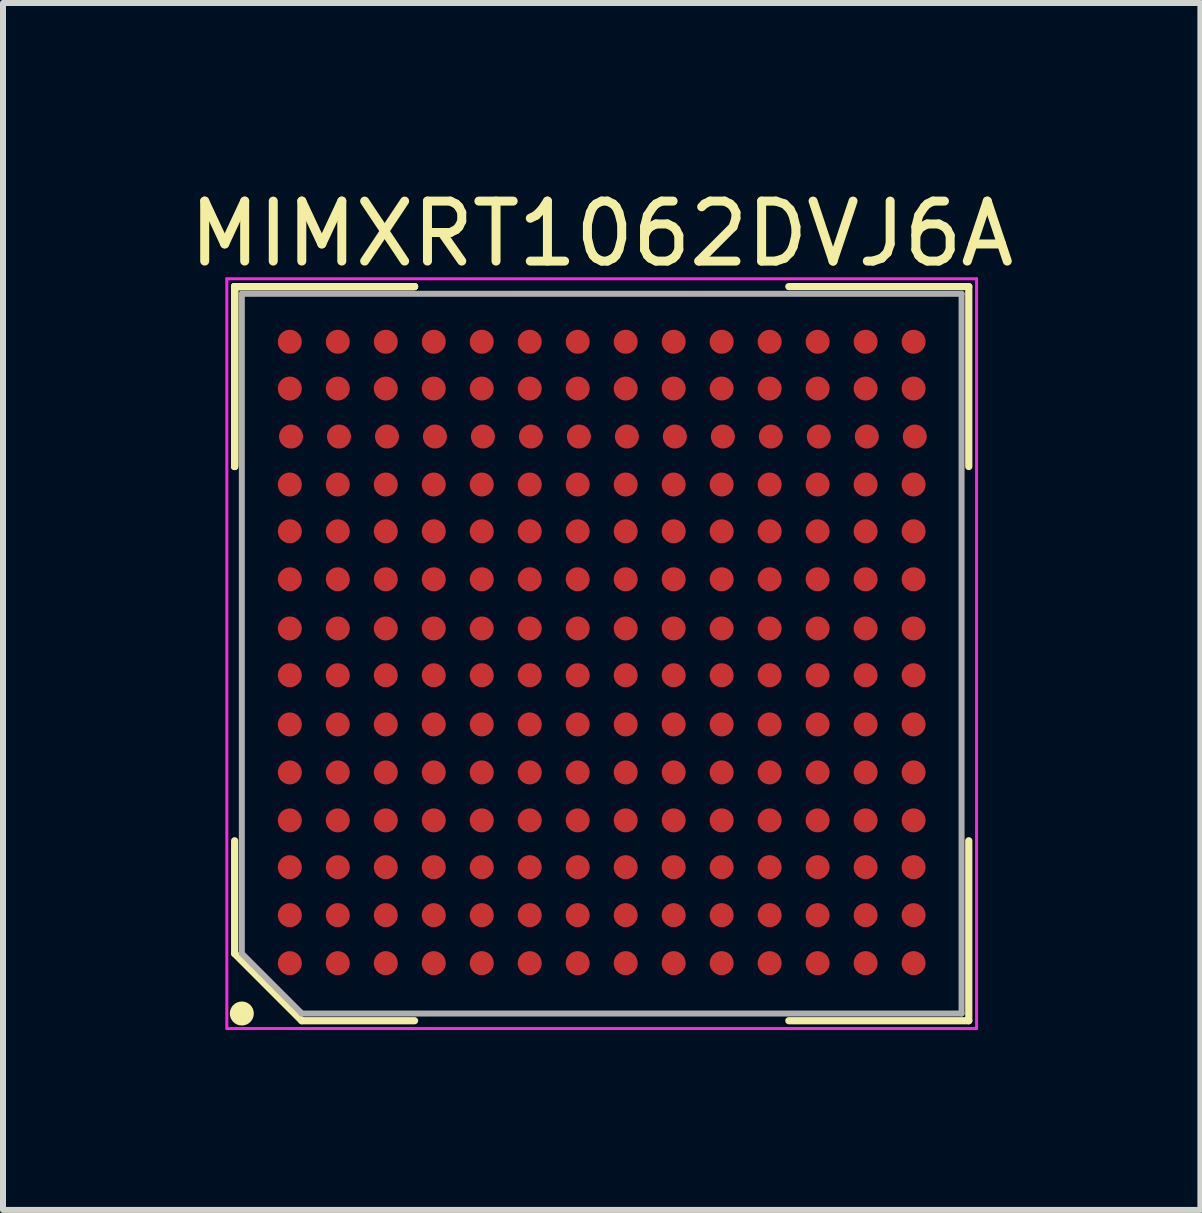
<source format=kicad_pcb>
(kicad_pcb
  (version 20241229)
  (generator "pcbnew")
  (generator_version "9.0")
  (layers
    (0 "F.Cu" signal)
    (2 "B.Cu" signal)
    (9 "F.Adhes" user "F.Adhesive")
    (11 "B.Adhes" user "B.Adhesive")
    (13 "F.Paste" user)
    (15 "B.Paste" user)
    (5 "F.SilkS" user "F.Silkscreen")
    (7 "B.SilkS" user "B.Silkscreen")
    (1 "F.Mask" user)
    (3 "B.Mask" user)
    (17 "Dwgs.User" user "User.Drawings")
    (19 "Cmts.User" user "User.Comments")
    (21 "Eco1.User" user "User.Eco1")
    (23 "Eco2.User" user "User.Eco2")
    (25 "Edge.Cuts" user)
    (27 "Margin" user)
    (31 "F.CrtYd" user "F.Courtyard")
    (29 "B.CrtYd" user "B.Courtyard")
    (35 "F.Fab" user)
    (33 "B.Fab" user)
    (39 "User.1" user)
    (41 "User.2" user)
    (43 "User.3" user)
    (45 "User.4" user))
  (footprint "MIMXRT1062DVJ6A"
    (layer "F.Cu")
    (at 6.982 7.848)
    (property "Reference" "MIMXRT1062DVJ6A" (at 0 -7 0) (layer "F.SilkS") (effects (font (size 1 1) (thickness 0.15))))
    (attr smd)
    (fp_line (start -6.12 -6.12) (end -3.12 -6.12) (stroke (width 0.12) (type solid)) (layer "F.SilkS"))
    (fp_line (start -6.12 -6.12) (end -3.12 -6.12) (stroke (width 0.12) (type solid)) (layer "F.SilkS"))
    (fp_line (start -6.12 -6.12) (end -3.12 -6.12) (stroke (width 0.12) (type solid)) (layer "F.SilkS"))
    (fp_line (start -6.12 -3.12) (end -6.12 -6.12) (stroke (width 0.12) (type solid)) (layer "F.SilkS"))
    (fp_line (start -6.12 -3.12) (end -6.12 -6.12) (stroke (width 0.12) (type solid)) (layer "F.SilkS"))
    (fp_line (start -6.12 -3.12) (end -6.12 -6.12) (stroke (width 0.12) (type solid)) (layer "F.SilkS"))
    (fp_line (start -6.12 3.12) (end -6.12 5) (stroke (width 0.12) (type solid)) (layer "F.SilkS"))
    (fp_line (start -6.12 5) (end -5 6.12) (stroke (width 0.12) (type solid)) (layer "F.SilkS"))
    (fp_line (start -5 6.12) (end -3.12 6.12) (stroke (width 0.12) (type solid)) (layer "F.SilkS"))
    (fp_line (start 6.12 -6.12) (end 3.12 -6.12) (stroke (width 0.12) (type solid)) (layer "F.SilkS"))
    (fp_line (start 6.12 -3.12) (end 6.12 -6.12) (stroke (width 0.12) (type solid)) (layer "F.SilkS"))
    (fp_line (start 6.12 3.12) (end 6.12 6.12) (stroke (width 0.12) (type solid)) (layer "F.SilkS"))
    (fp_line (start 6.12 6.12) (end 3.12 6.12) (stroke (width 0.12) (type solid)) (layer "F.SilkS"))
    (fp_circle (center -6 6) (end -5.9 6) (stroke (width 0.2) (type solid)) (fill no) (layer "F.SilkS"))
    (fp_line (start -6.25 -6.25) (end 6.25 -6.25) (stroke (width 0.05) (type solid)) (layer "F.CrtYd"))
    (fp_line (start -6.25 6.25) (end -6.25 -6.25) (stroke (width 0.05) (type solid)) (layer "F.CrtYd"))
    (fp_line (start 6.25 -6.25) (end 6.25 6.25) (stroke (width 0.05) (type solid)) (layer "F.CrtYd"))
    (fp_line (start 6.25 6.25) (end -6.25 6.25) (stroke (width 0.05) (type solid)) (layer "F.CrtYd"))
    (fp_line (start -6 -6) (end -6 5) (stroke (width 0.1) (type solid)) (layer "F.Fab"))
    (fp_line (start -6 5) (end -5 6) (stroke (width 0.1) (type solid)) (layer "F.Fab"))
    (fp_line (start -5 6) (end 6 6) (stroke (width 0.1) (type solid)) (layer "F.Fab"))
    (fp_line (start 6 -6) (end -6 -6) (stroke (width 0.1) (type solid)) (layer "F.Fab"))
    (fp_line (start 6 6) (end 6 -6) (stroke (width 0.1) (type solid)) (layer "F.Fab"))
    (pad "A1" smd circle (at -5.2 5.16) (size 0.4 0.4) (layers "F.Cu" "F.Mask" "F.Paste"))
    (pad "A2" smd circle (at -4.4 5.16) (size 0.4 0.4) (layers "F.Cu" "F.Mask" "F.Paste"))
    (pad "A3" smd circle (at -3.6 5.16) (size 0.4 0.4) (layers "F.Cu" "F.Mask" "F.Paste"))
    (pad "A4" smd circle (at -2.8 5.16) (size 0.4 0.4) (layers "F.Cu" "F.Mask" "F.Paste"))
    (pad "A5" smd circle (at -2 5.16) (size 0.4 0.4) (layers "F.Cu" "F.Mask" "F.Paste"))
    (pad "A6" smd circle (at -1.2 5.16) (size 0.4 0.4) (layers "F.Cu" "F.Mask" "F.Paste"))
    (pad "A7" smd circle (at -0.4 5.16) (size 0.4 0.4) (layers "F.Cu" "F.Mask" "F.Paste"))
    (pad "A8" smd circle (at 0.4 5.16) (size 0.4 0.4) (layers "F.Cu" "F.Mask" "F.Paste"))
    (pad "A9" smd circle (at 1.2 5.16) (size 0.4 0.4) (layers "F.Cu" "F.Mask" "F.Paste"))
    (pad "A10" smd circle (at 2 5.16) (size 0.4 0.4) (layers "F.Cu" "F.Mask" "F.Paste"))
    (pad "A11" smd circle (at 2.8 5.16) (size 0.4 0.4) (layers "F.Cu" "F.Mask" "F.Paste"))
    (pad "A12" smd circle (at 3.6 5.16) (size 0.4 0.4) (layers "F.Cu" "F.Mask" "F.Paste"))
    (pad "A13" smd circle (at 4.4 5.16) (size 0.4 0.4) (layers "F.Cu" "F.Mask" "F.Paste"))
    (pad "A14" smd circle (at 5.2 5.16) (size 0.4 0.4) (layers "F.Cu" "F.Mask" "F.Paste"))
    (pad "B1" smd circle (at -5.2 4.36) (size 0.4 0.4) (layers "F.Cu" "F.Mask" "F.Paste"))
    (pad "B2" smd circle (at -4.4 4.36) (size 0.4 0.4) (layers "F.Cu" "F.Mask" "F.Paste"))
    (pad "B3" smd circle (at -3.6 4.36) (size 0.4 0.4) (layers "F.Cu" "F.Mask" "F.Paste"))
    (pad "B4" smd circle (at -2.8 4.36) (size 0.4 0.4) (layers "F.Cu" "F.Mask" "F.Paste"))
    (pad "B5" smd circle (at -2 4.36) (size 0.4 0.4) (layers "F.Cu" "F.Mask" "F.Paste"))
    (pad "B6" smd circle (at -1.2 4.36) (size 0.4 0.4) (layers "F.Cu" "F.Mask" "F.Paste"))
    (pad "B7" smd circle (at -0.4 4.36) (size 0.4 0.4) (layers "F.Cu" "F.Mask" "F.Paste"))
    (pad "B8" smd circle (at 0.4 4.36) (size 0.4 0.4) (layers "F.Cu" "F.Mask" "F.Paste"))
    (pad "B9" smd circle (at 1.2 4.36) (size 0.4 0.4) (layers "F.Cu" "F.Mask" "F.Paste"))
    (pad "B10" smd circle (at 2 4.36) (size 0.4 0.4) (layers "F.Cu" "F.Mask" "F.Paste"))
    (pad "B11" smd circle (at 2.8 4.36) (size 0.4 0.4) (layers "F.Cu" "F.Mask" "F.Paste"))
    (pad "B12" smd circle (at 3.6 4.36) (size 0.4 0.4) (layers "F.Cu" "F.Mask" "F.Paste"))
    (pad "B13" smd circle (at 4.4 4.36) (size 0.4 0.4) (layers "F.Cu" "F.Mask" "F.Paste"))
    (pad "B14" smd circle (at 5.2 4.36) (size 0.4 0.4) (layers "F.Cu" "F.Mask" "F.Paste"))
    (pad "C1" smd circle (at -5.2 3.56) (size 0.4 0.4) (layers "F.Cu" "F.Mask" "F.Paste"))
    (pad "C2" smd circle (at -4.4 3.56) (size 0.4 0.4) (layers "F.Cu" "F.Mask" "F.Paste"))
    (pad "C3" smd circle (at -3.6 3.56) (size 0.4 0.4) (layers "F.Cu" "F.Mask" "F.Paste"))
    (pad "C4" smd circle (at -2.8 3.56) (size 0.4 0.4) (layers "F.Cu" "F.Mask" "F.Paste"))
    (pad "C5" smd circle (at -2 3.56) (size 0.4 0.4) (layers "F.Cu" "F.Mask" "F.Paste"))
    (pad "C6" smd circle (at -1.2 3.56) (size 0.4 0.4) (layers "F.Cu" "F.Mask" "F.Paste"))
    (pad "C7" smd circle (at -0.4 3.56) (size 0.4 0.4) (layers "F.Cu" "F.Mask" "F.Paste"))
    (pad "C8" smd circle (at 0.4 3.56) (size 0.4 0.4) (layers "F.Cu" "F.Mask" "F.Paste"))
    (pad "C9" smd circle (at 1.2 3.56) (size 0.4 0.4) (layers "F.Cu" "F.Mask" "F.Paste"))
    (pad "C10" smd circle (at 2 3.56) (size 0.4 0.4) (layers "F.Cu" "F.Mask" "F.Paste"))
    (pad "C11" smd circle (at 2.8 3.56) (size 0.4 0.4) (layers "F.Cu" "F.Mask" "F.Paste"))
    (pad "C12" smd circle (at 3.6 3.56) (size 0.4 0.4) (layers "F.Cu" "F.Mask" "F.Paste"))
    (pad "C13" smd circle (at 4.4 3.56) (size 0.4 0.4) (layers "F.Cu" "F.Mask" "F.Paste"))
    (pad "C14" smd circle (at 5.2 3.56) (size 0.4 0.4) (layers "F.Cu" "F.Mask" "F.Paste"))
    (pad "D1" smd circle (at -5.2 2.78) (size 0.4 0.4) (layers "F.Cu" "F.Mask" "F.Paste"))
    (pad "D2" smd circle (at -4.4 2.78) (size 0.4 0.4) (layers "F.Cu" "F.Mask" "F.Paste"))
    (pad "D3" smd circle (at -3.6 2.78) (size 0.4 0.4) (layers "F.Cu" "F.Mask" "F.Paste"))
    (pad "D4" smd circle (at -2.8 2.78) (size 0.4 0.4) (layers "F.Cu" "F.Mask" "F.Paste"))
    (pad "D5" smd circle (at -2 2.78) (size 0.4 0.4) (layers "F.Cu" "F.Mask" "F.Paste"))
    (pad "D6" smd circle (at -1.2 2.78) (size 0.4 0.4) (layers "F.Cu" "F.Mask" "F.Paste"))
    (pad "D7" smd circle (at -0.4 2.78) (size 0.4 0.4) (layers "F.Cu" "F.Mask" "F.Paste"))
    (pad "D8" smd circle (at 0.4 2.78) (size 0.4 0.4) (layers "F.Cu" "F.Mask" "F.Paste"))
    (pad "D9" smd circle (at 1.2 2.78) (size 0.4 0.4) (layers "F.Cu" "F.Mask" "F.Paste"))
    (pad "D10" smd circle (at 2 2.78) (size 0.4 0.4) (layers "F.Cu" "F.Mask" "F.Paste"))
    (pad "D11" smd circle (at 2.8 2.78) (size 0.4 0.4) (layers "F.Cu" "F.Mask" "F.Paste"))
    (pad "D12" smd circle (at 3.6 2.78) (size 0.4 0.4) (layers "F.Cu" "F.Mask" "F.Paste"))
    (pad "D13" smd circle (at 4.4 2.78) (size 0.4 0.4) (layers "F.Cu" "F.Mask" "F.Paste"))
    (pad "D14" smd circle (at 5.2 2.78) (size 0.4 0.4) (layers "F.Cu" "F.Mask" "F.Paste"))
    (pad "E1" smd circle (at -5.2 1.98) (size 0.4 0.4) (layers "F.Cu" "F.Mask" "F.Paste"))
    (pad "E2" smd circle (at -4.4 1.98) (size 0.4 0.4) (layers "F.Cu" "F.Mask" "F.Paste"))
    (pad "E3" smd circle (at -3.6 1.98) (size 0.4 0.4) (layers "F.Cu" "F.Mask" "F.Paste"))
    (pad "E4" smd circle (at -2.8 1.98) (size 0.4 0.4) (layers "F.Cu" "F.Mask" "F.Paste"))
    (pad "E5" smd circle (at -2 1.98) (size 0.4 0.4) (layers "F.Cu" "F.Mask" "F.Paste"))
    (pad "E6" smd circle (at -1.2 1.98) (size 0.4 0.4) (layers "F.Cu" "F.Mask" "F.Paste"))
    (pad "E7" smd circle (at -0.4 1.98) (size 0.4 0.4) (layers "F.Cu" "F.Mask" "F.Paste"))
    (pad "E8" smd circle (at 0.4 1.98) (size 0.4 0.4) (layers "F.Cu" "F.Mask" "F.Paste"))
    (pad "E9" smd circle (at 1.2 1.98) (size 0.4 0.4) (layers "F.Cu" "F.Mask" "F.Paste"))
    (pad "E10" smd circle (at 2 1.98) (size 0.4 0.4) (layers "F.Cu" "F.Mask" "F.Paste"))
    (pad "E11" smd circle (at 2.8 1.98) (size 0.4 0.4) (layers "F.Cu" "F.Mask" "F.Paste"))
    (pad "E12" smd circle (at 3.6 1.98) (size 0.4 0.4) (layers "F.Cu" "F.Mask" "F.Paste"))
    (pad "E13" smd circle (at 4.4 1.98) (size 0.4 0.4) (layers "F.Cu" "F.Mask" "F.Paste"))
    (pad "E14" smd circle (at 5.2 1.98) (size 0.4 0.4) (layers "F.Cu" "F.Mask" "F.Paste"))
    (pad "F1" smd circle (at -5.2 1.18) (size 0.4 0.4) (layers "F.Cu" "F.Mask" "F.Paste"))
    (pad "F2" smd circle (at -4.4 1.18) (size 0.4 0.4) (layers "F.Cu" "F.Mask" "F.Paste"))
    (pad "F3" smd circle (at -3.6 1.18) (size 0.4 0.4) (layers "F.Cu" "F.Mask" "F.Paste"))
    (pad "F4" smd circle (at -2.8 1.18) (size 0.4 0.4) (layers "F.Cu" "F.Mask" "F.Paste"))
    (pad "F5" smd circle (at -2 1.18) (size 0.4 0.4) (layers "F.Cu" "F.Mask" "F.Paste"))
    (pad "F6" smd circle (at -1.2 1.18) (size 0.4 0.4) (layers "F.Cu" "F.Mask" "F.Paste"))
    (pad "F7" smd circle (at -0.4 1.18) (size 0.4 0.4) (layers "F.Cu" "F.Mask" "F.Paste"))
    (pad "F8" smd circle (at 0.4 1.18) (size 0.4 0.4) (layers "F.Cu" "F.Mask" "F.Paste"))
    (pad "F9" smd circle (at 1.2 1.18) (size 0.4 0.4) (layers "F.Cu" "F.Mask" "F.Paste"))
    (pad "F10" smd circle (at 2 1.18) (size 0.4 0.4) (layers "F.Cu" "F.Mask" "F.Paste"))
    (pad "F11" smd circle (at 2.8 1.18) (size 0.4 0.4) (layers "F.Cu" "F.Mask" "F.Paste"))
    (pad "F12" smd circle (at 3.6 1.18) (size 0.4 0.4) (layers "F.Cu" "F.Mask" "F.Paste"))
    (pad "F13" smd circle (at 4.4 1.18) (size 0.4 0.4) (layers "F.Cu" "F.Mask" "F.Paste"))
    (pad "F14" smd circle (at 5.2 1.18) (size 0.4 0.4) (layers "F.Cu" "F.Mask" "F.Paste"))
    (pad "G1" smd circle (at -5.2 0.36) (size 0.4 0.4) (layers "F.Cu" "F.Mask" "F.Paste"))
    (pad "G2" smd circle (at -4.4 0.36) (size 0.4 0.4) (layers "F.Cu" "F.Mask" "F.Paste"))
    (pad "G3" smd circle (at -3.6 0.36) (size 0.4 0.4) (layers "F.Cu" "F.Mask" "F.Paste"))
    (pad "G4" smd circle (at -2.8 0.36) (size 0.4 0.4) (layers "F.Cu" "F.Mask" "F.Paste"))
    (pad "G5" smd circle (at -2 0.36) (size 0.4 0.4) (layers "F.Cu" "F.Mask" "F.Paste"))
    (pad "G6" smd circle (at -1.2 0.36) (size 0.4 0.4) (layers "F.Cu" "F.Mask" "F.Paste"))
    (pad "G7" smd circle (at -0.4 0.36) (size 0.4 0.4) (layers "F.Cu" "F.Mask" "F.Paste"))
    (pad "G8" smd circle (at 0.4 0.36) (size 0.4 0.4) (layers "F.Cu" "F.Mask" "F.Paste"))
    (pad "G9" smd circle (at 1.2 0.36) (size 0.4 0.4) (layers "F.Cu" "F.Mask" "F.Paste"))
    (pad "G10" smd circle (at 2 0.36) (size 0.4 0.4) (layers "F.Cu" "F.Mask" "F.Paste"))
    (pad "G11" smd circle (at 2.8 0.36) (size 0.4 0.4) (layers "F.Cu" "F.Mask" "F.Paste"))
    (pad "G12" smd circle (at 3.6 0.36) (size 0.4 0.4) (layers "F.Cu" "F.Mask" "F.Paste"))
    (pad "G13" smd circle (at 4.4 0.36) (size 0.4 0.4) (layers "F.Cu" "F.Mask" "F.Paste"))
    (pad "G14" smd circle (at 5.2 0.36) (size 0.4 0.4) (layers "F.Cu" "F.Mask" "F.Paste"))
    (pad "H1" smd circle (at -5.2 -0.42) (size 0.4 0.4) (layers "F.Cu" "F.Mask" "F.Paste"))
    (pad "H2" smd circle (at -4.4 -0.42) (size 0.4 0.4) (layers "F.Cu" "F.Mask" "F.Paste"))
    (pad "H3" smd circle (at -3.6 -0.42) (size 0.4 0.4) (layers "F.Cu" "F.Mask" "F.Paste"))
    (pad "H4" smd circle (at -2.8 -0.42) (size 0.4 0.4) (layers "F.Cu" "F.Mask" "F.Paste"))
    (pad "H5" smd circle (at -2 -0.42) (size 0.4 0.4) (layers "F.Cu" "F.Mask" "F.Paste"))
    (pad "H6" smd circle (at -1.2 -0.42) (size 0.4 0.4) (layers "F.Cu" "F.Mask" "F.Paste"))
    (pad "H7" smd circle (at -0.4 -0.42) (size 0.4 0.4) (layers "F.Cu" "F.Mask" "F.Paste"))
    (pad "H8" smd circle (at 0.4 -0.42) (size 0.4 0.4) (layers "F.Cu" "F.Mask" "F.Paste"))
    (pad "H9" smd circle (at 1.2 -0.42) (size 0.4 0.4) (layers "F.Cu" "F.Mask" "F.Paste"))
    (pad "H10" smd circle (at 2 -0.42) (size 0.4 0.4) (layers "F.Cu" "F.Mask" "F.Paste"))
    (pad "H11" smd circle (at 2.8 -0.42) (size 0.4 0.4) (layers "F.Cu" "F.Mask" "F.Paste"))
    (pad "H12" smd circle (at 3.6 -0.42) (size 0.4 0.4) (layers "F.Cu" "F.Mask" "F.Paste"))
    (pad "H13" smd circle (at 4.4 -0.42) (size 0.4 0.4) (layers "F.Cu" "F.Mask" "F.Paste"))
    (pad "H14" smd circle (at 5.2 -0.42) (size 0.4 0.4) (layers "F.Cu" "F.Mask" "F.Paste"))
    (pad "J1" smd circle (at -5.2 -1.24) (size 0.4 0.4) (layers "F.Cu" "F.Mask" "F.Paste"))
    (pad "J2" smd circle (at -4.4 -1.24) (size 0.4 0.4) (layers "F.Cu" "F.Mask" "F.Paste"))
    (pad "J3" smd circle (at -3.6 -1.24) (size 0.4 0.4) (layers "F.Cu" "F.Mask" "F.Paste"))
    (pad "J4" smd circle (at -2.8 -1.24) (size 0.4 0.4) (layers "F.Cu" "F.Mask" "F.Paste"))
    (pad "J5" smd circle (at -2 -1.24) (size 0.4 0.4) (layers "F.Cu" "F.Mask" "F.Paste"))
    (pad "J6" smd circle (at -1.2 -1.24) (size 0.4 0.4) (layers "F.Cu" "F.Mask" "F.Paste"))
    (pad "J7" smd circle (at -0.4 -1.24) (size 0.4 0.4) (layers "F.Cu" "F.Mask" "F.Paste"))
    (pad "J8" smd circle (at 0.4 -1.24) (size 0.4 0.4) (layers "F.Cu" "F.Mask" "F.Paste"))
    (pad "J9" smd circle (at 1.2 -1.24) (size 0.4 0.4) (layers "F.Cu" "F.Mask" "F.Paste"))
    (pad "J10" smd circle (at 2 -1.24) (size 0.4 0.4) (layers "F.Cu" "F.Mask" "F.Paste"))
    (pad "J11" smd circle (at 2.8 -1.24) (size 0.4 0.4) (layers "F.Cu" "F.Mask" "F.Paste"))
    (pad "J12" smd circle (at 3.6 -1.24) (size 0.4 0.4) (layers "F.Cu" "F.Mask" "F.Paste"))
    (pad "J13" smd circle (at 4.4 -1.24) (size 0.4 0.4) (layers "F.Cu" "F.Mask" "F.Paste"))
    (pad "J14" smd circle (at 5.2 -1.24) (size 0.4 0.4) (layers "F.Cu" "F.Mask" "F.Paste"))
    (pad "K1" smd circle (at -5.2 -2.04) (size 0.4 0.4) (layers "F.Cu" "F.Mask" "F.Paste"))
    (pad "K2" smd circle (at -4.4 -2.04) (size 0.4 0.4) (layers "F.Cu" "F.Mask" "F.Paste"))
    (pad "K3" smd circle (at -3.6 -2.04) (size 0.4 0.4) (layers "F.Cu" "F.Mask" "F.Paste"))
    (pad "K4" smd circle (at -2.8 -2.04) (size 0.4 0.4) (layers "F.Cu" "F.Mask" "F.Paste"))
    (pad "K5" smd circle (at -2 -2.04) (size 0.4 0.4) (layers "F.Cu" "F.Mask" "F.Paste"))
    (pad "K6" smd circle (at -1.2 -2.04) (size 0.4 0.4) (layers "F.Cu" "F.Mask" "F.Paste"))
    (pad "K7" smd circle (at -0.4 -2.04) (size 0.4 0.4) (layers "F.Cu" "F.Mask" "F.Paste"))
    (pad "K8" smd circle (at 0.4 -2.04) (size 0.4 0.4) (layers "F.Cu" "F.Mask" "F.Paste"))
    (pad "K9" smd circle (at 1.2 -2.04) (size 0.4 0.4) (layers "F.Cu" "F.Mask" "F.Paste"))
    (pad "K10" smd circle (at 2 -2.04) (size 0.4 0.4) (layers "F.Cu" "F.Mask" "F.Paste"))
    (pad "K11" smd circle (at 2.8 -2.04) (size 0.4 0.4) (layers "F.Cu" "F.Mask" "F.Paste"))
    (pad "K12" smd circle (at 3.6 -2.04) (size 0.4 0.4) (layers "F.Cu" "F.Mask" "F.Paste"))
    (pad "K13" smd circle (at 4.4 -2.04) (size 0.4 0.4) (layers "F.Cu" "F.Mask" "F.Paste"))
    (pad "K14" smd circle (at 5.2 -2.04) (size 0.4 0.4) (layers "F.Cu" "F.Mask" "F.Paste"))
    (pad "L1" smd circle (at -5.2 -2.82) (size 0.4 0.4) (layers "F.Cu" "F.Mask" "F.Paste"))
    (pad "L2" smd circle (at -4.4 -2.82) (size 0.4 0.4) (layers "F.Cu" "F.Mask" "F.Paste"))
    (pad "L3" smd circle (at -3.6 -2.82) (size 0.4 0.4) (layers "F.Cu" "F.Mask" "F.Paste"))
    (pad "L4" smd circle (at -2.8 -2.82) (size 0.4 0.4) (layers "F.Cu" "F.Mask" "F.Paste"))
    (pad "L5" smd circle (at -2 -2.82) (size 0.4 0.4) (layers "F.Cu" "F.Mask" "F.Paste"))
    (pad "L6" smd circle (at -1.2 -2.82) (size 0.4 0.4) (layers "F.Cu" "F.Mask" "F.Paste"))
    (pad "L7" smd circle (at -0.4 -2.82) (size 0.4 0.4) (layers "F.Cu" "F.Mask" "F.Paste"))
    (pad "L8" smd circle (at 0.4 -2.82) (size 0.4 0.4) (layers "F.Cu" "F.Mask" "F.Paste"))
    (pad "L9" smd circle (at 1.2 -2.82) (size 0.4 0.4) (layers "F.Cu" "F.Mask" "F.Paste"))
    (pad "L10" smd circle (at 2 -2.82) (size 0.4 0.4) (layers "F.Cu" "F.Mask" "F.Paste"))
    (pad "L11" smd circle (at 2.8 -2.82) (size 0.4 0.4) (layers "F.Cu" "F.Mask" "F.Paste"))
    (pad "L12" smd circle (at 3.6 -2.82) (size 0.4 0.4) (layers "F.Cu" "F.Mask" "F.Paste"))
    (pad "L13" smd circle (at 4.4 -2.82) (size 0.4 0.4) (layers "F.Cu" "F.Mask" "F.Paste"))
    (pad "L14" smd circle (at 5.2 -2.82) (size 0.4 0.4) (layers "F.Cu" "F.Mask" "F.Paste"))
    (pad "M1" smd circle (at -5.18 -3.62) (size 0.4 0.4) (layers "F.Cu" "F.Mask" "F.Paste"))
    (pad "M2" smd circle (at -4.38 -3.62) (size 0.4 0.4) (layers "F.Cu" "F.Mask" "F.Paste"))
    (pad "M3" smd circle (at -3.58 -3.62) (size 0.4 0.4) (layers "F.Cu" "F.Mask" "F.Paste"))
    (pad "M4" smd circle (at -2.78 -3.62) (size 0.4 0.4) (layers "F.Cu" "F.Mask" "F.Paste"))
    (pad "M5" smd circle (at -1.98 -3.62) (size 0.4 0.4) (layers "F.Cu" "F.Mask" "F.Paste"))
    (pad "M6" smd circle (at -1.18 -3.62) (size 0.4 0.4) (layers "F.Cu" "F.Mask" "F.Paste"))
    (pad "M7" smd circle (at -0.38 -3.62) (size 0.4 0.4) (layers "F.Cu" "F.Mask" "F.Paste"))
    (pad "M8" smd circle (at 0.42 -3.62) (size 0.4 0.4) (layers "F.Cu" "F.Mask" "F.Paste"))
    (pad "M9" smd circle (at 1.22 -3.62) (size 0.4 0.4) (layers "F.Cu" "F.Mask" "F.Paste"))
    (pad "M10" smd circle (at 2.02 -3.62) (size 0.4 0.4) (layers "F.Cu" "F.Mask" "F.Paste"))
    (pad "M11" smd circle (at 2.82 -3.62) (size 0.4 0.4) (layers "F.Cu" "F.Mask" "F.Paste"))
    (pad "M12" smd circle (at 3.62 -3.62) (size 0.4 0.4) (layers "F.Cu" "F.Mask" "F.Paste"))
    (pad "M13" smd circle (at 4.42 -3.62) (size 0.4 0.4) (layers "F.Cu" "F.Mask" "F.Paste"))
    (pad "M14" smd circle (at 5.22 -3.62) (size 0.4 0.4) (layers "F.Cu" "F.Mask" "F.Paste"))
    (pad "N1" smd circle (at -5.2 -4.42) (size 0.4 0.4) (layers "F.Cu" "F.Mask" "F.Paste"))
    (pad "N2" smd circle (at -4.4 -4.42) (size 0.4 0.4) (layers "F.Cu" "F.Mask" "F.Paste"))
    (pad "N3" smd circle (at -3.6 -4.42) (size 0.4 0.4) (layers "F.Cu" "F.Mask" "F.Paste"))
    (pad "N4" smd circle (at -2.8 -4.42) (size 0.4 0.4) (layers "F.Cu" "F.Mask" "F.Paste"))
    (pad "N5" smd circle (at -2 -4.42) (size 0.4 0.4) (layers "F.Cu" "F.Mask" "F.Paste"))
    (pad "N6" smd circle (at -1.2 -4.42) (size 0.4 0.4) (layers "F.Cu" "F.Mask" "F.Paste"))
    (pad "N7" smd circle (at -0.4 -4.42) (size 0.4 0.4) (layers "F.Cu" "F.Mask" "F.Paste"))
    (pad "N8" smd circle (at 0.4 -4.42) (size 0.4 0.4) (layers "F.Cu" "F.Mask" "F.Paste"))
    (pad "N9" smd circle (at 1.2 -4.42) (size 0.4 0.4) (layers "F.Cu" "F.Mask" "F.Paste"))
    (pad "N10" smd circle (at 2 -4.42) (size 0.4 0.4) (layers "F.Cu" "F.Mask" "F.Paste"))
    (pad "N11" smd circle (at 2.8 -4.42) (size 0.4 0.4) (layers "F.Cu" "F.Mask" "F.Paste"))
    (pad "N12" smd circle (at 3.6 -4.42) (size 0.4 0.4) (layers "F.Cu" "F.Mask" "F.Paste"))
    (pad "N13" smd circle (at 4.4 -4.42) (size 0.4 0.4) (layers "F.Cu" "F.Mask" "F.Paste"))
    (pad "N14" smd circle (at 5.2 -4.42) (size 0.4 0.4) (layers "F.Cu" "F.Mask" "F.Paste"))
    (pad "P1" smd circle (at -5.2 -5.2) (size 0.4 0.4) (layers "F.Cu" "F.Mask" "F.Paste"))
    (pad "P2" smd circle (at -4.4 -5.2) (size 0.4 0.4) (layers "F.Cu" "F.Mask" "F.Paste"))
    (pad "P3" smd circle (at -3.6 -5.2) (size 0.4 0.4) (layers "F.Cu" "F.Mask" "F.Paste"))
    (pad "P4" smd circle (at -2.8 -5.2) (size 0.4 0.4) (layers "F.Cu" "F.Mask" "F.Paste"))
    (pad "P5" smd circle (at -2 -5.2) (size 0.4 0.4) (layers "F.Cu" "F.Mask" "F.Paste"))
    (pad "P6" smd circle (at -1.2 -5.2) (size 0.4 0.4) (layers "F.Cu" "F.Mask" "F.Paste"))
    (pad "P7" smd circle (at -0.4 -5.2) (size 0.4 0.4) (layers "F.Cu" "F.Mask" "F.Paste"))
    (pad "P8" smd circle (at 0.4 -5.2) (size 0.4 0.4) (layers "F.Cu" "F.Mask" "F.Paste"))
    (pad "P9" smd circle (at 1.2 -5.2) (size 0.4 0.4) (layers "F.Cu" "F.Mask" "F.Paste"))
    (pad "P10" smd circle (at 2 -5.2) (size 0.4 0.4) (layers "F.Cu" "F.Mask" "F.Paste"))
    (pad "P11" smd circle (at 2.8 -5.2) (size 0.4 0.4) (layers "F.Cu" "F.Mask" "F.Paste"))
    (pad "P12" smd circle (at 3.6 -5.2) (size 0.4 0.4) (layers "F.Cu" "F.Mask" "F.Paste"))
    (pad "P13" smd circle (at 4.4 -5.2) (size 0.4 0.4) (layers "F.Cu" "F.Mask" "F.Paste"))
    (pad "P14" smd circle (at 5.2 -5.2) (size 0.4 0.4) (layers "F.Cu" "F.Mask" "F.Paste")))
  (gr_rect
    (start -3 -3)
    (end 16.964 17.123)
    (stroke (width 0.1) (type default))
    (fill no)
    (layer "Edge.Cuts")))
</source>
